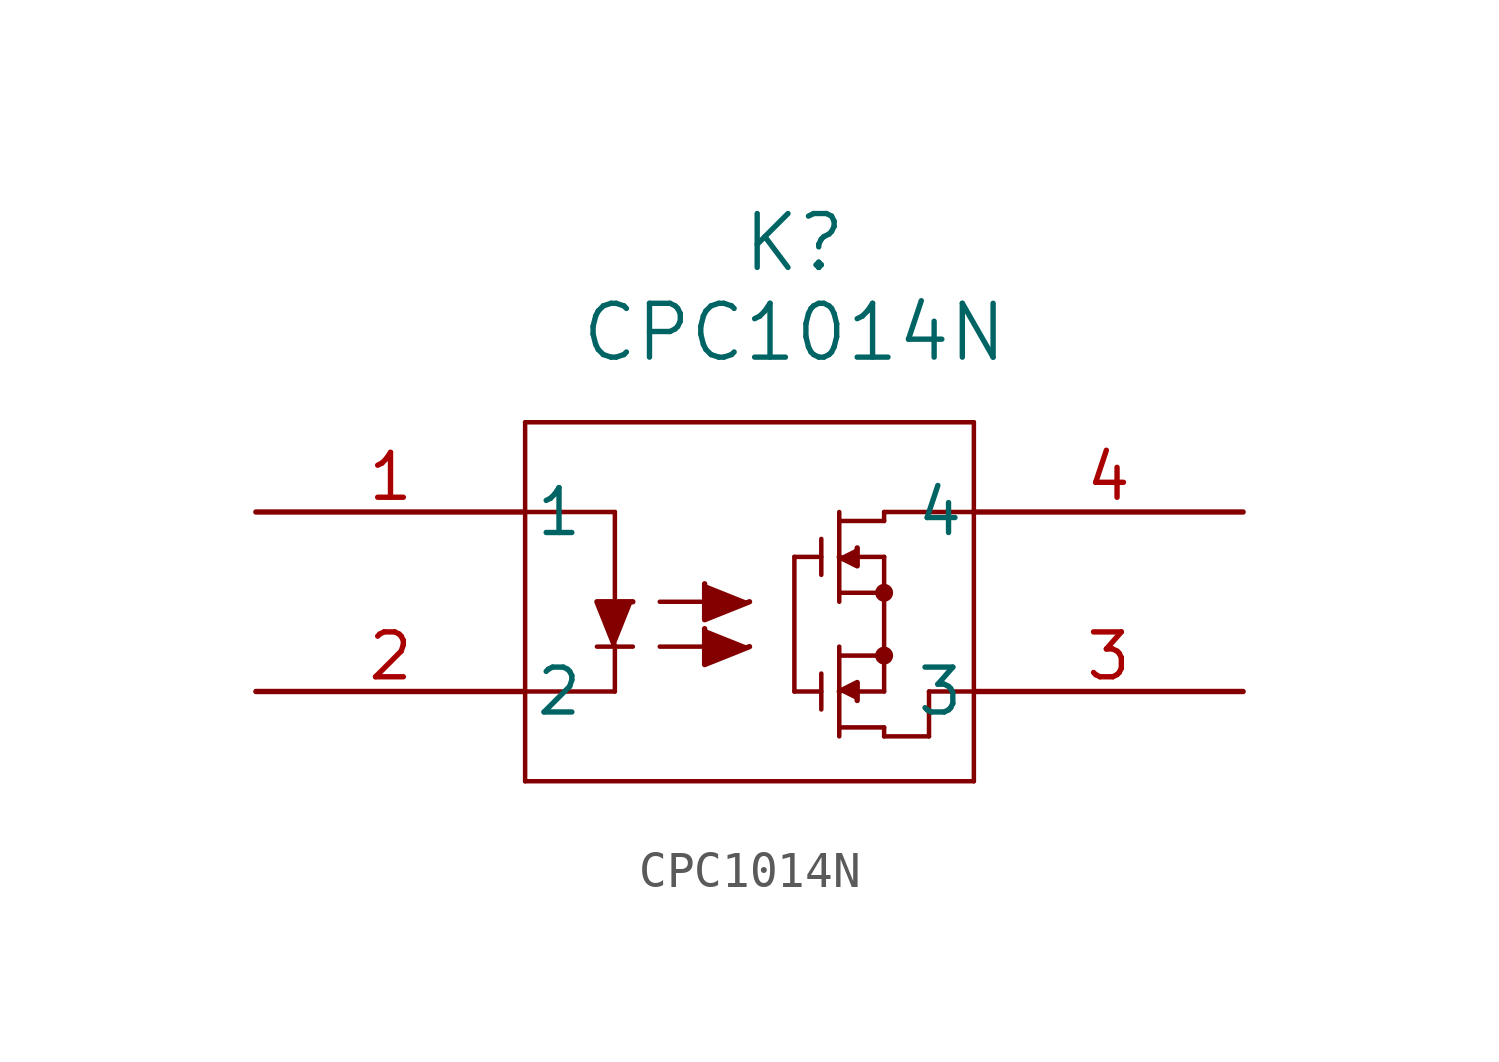
<source format=kicad_sym>
(kicad_symbol_lib
  (version 20211014)
  (generator kicad_symbol_editor)
  (symbol "CPC1014N"
    (pin_names
      (offset 0.254))
    (property "Reference" "K"
      (at 15.24 7.62 0)
      (effects (font (size 1.524 1.524))))
    (property "Value" "CPC1014N"
      (at 15.24 5.08 0)
      (effects (font (size 1.524 1.524))))
    (symbol "CPC1014N_0_1"
      (polyline (pts (xy 20.32 2.54) (xy 7.62 2.54)) (stroke (width 0.127) (type default) (color 0 0 0 0)) (fill (type none)))
      (polyline (pts (xy 15.24 -5.08) (xy 15.24 -1.27)) (stroke (width 0.127) (type default) (color 0 0 0 0)) (fill (type none)))
      (circle (center 17.78 -2.286) (radius 0.127) (stroke (width 0.254) (type default) (color 0 0 0 0)) (fill (type none)))
      (polyline (pts (xy 17.018 -5.08) (xy 17.78 -5.08)) (stroke (width 0.127) (type default) (color 0 0 0 0)) (fill (type none)))
      (polyline (pts (xy 7.62 2.54) (xy 7.62 -7.62)) (stroke (width 0.127) (type default) (color 0 0 0 0)) (fill (type none)))
      (polyline (pts (xy 11.43 -3.81) (xy 12.7 -3.81)) (stroke (width 0.127) (type default) (color 0 0 0 0)) (fill (type none)))
      (polyline (pts (xy 20.32 -7.62) (xy 20.32 2.54)) (stroke (width 0.127) (type default) (color 0 0 0 0)) (fill (type none)))
      (polyline (pts (xy 11.43 -2.54) (xy 12.7 -2.54)) (stroke (width 0.127) (type default) (color 0 0 0 0)) (fill (type none)))
      (polyline (pts (xy 16.51 -6.35) (xy 16.51 -3.81)) (stroke (width 0.127) (type default) (color 0 0 0 0)) (fill (type none)))
      (polyline (pts (xy 17.78 -6.096) (xy 17.78 -6.35)) (stroke (width 0.127) (type default) (color 0 0 0 0)) (fill (type none)))
      (polyline (pts (xy 17.78 -6.35) (xy 19.05 -6.35)) (stroke (width 0.127) (type default) (color 0 0 0 0)) (fill (type none)))
      (polyline (pts (xy 17.78 -0.254) (xy 17.78 0)) (stroke (width 0.127) (type default) (color 0 0 0 0)) (fill (type none)))
      (polyline (pts (xy 17.78 0) (xy 20.32 0)) (stroke (width 0.127) (type default) (color 0 0 0 0)) (fill (type none)))
      (polyline (pts (xy 15.24 -5.08) (xy 16.002 -5.08)) (stroke (width 0.127) (type default) (color 0 0 0 0)) (fill (type none)))
      (polyline (pts (xy 16.002 -5.588) (xy 16.002 -4.572)) (stroke (width 0.127) (type default) (color 0 0 0 0)) (fill (type none)))
      (circle (center 17.78 -4.064) (radius 0.127) (stroke (width 0.254) (type default) (color 0 0 0 0)) (fill (type none)))
      (polyline (pts (xy 10.16 0) (xy 10.16 -2.54)) (stroke (width 0.127) (type default) (color 0 0 0 0)) (fill (type none)))
      (polyline (pts (xy 17.78 -5.08) (xy 17.78 -1.27)) (stroke (width 0.127) (type default) (color 0 0 0 0)) (fill (type none)))
      (polyline (pts (xy 19.05 -5.08) (xy 19.05 -6.35)) (stroke (width 0.127) (type default) (color 0 0 0 0)) (fill (type none)))
      (polyline (pts (xy 16.51 -4.064) (xy 17.78 -4.064)) (stroke (width 0.127) (type default) (color 0 0 0 0)) (fill (type none)))
      (polyline (pts (xy 19.05 -5.08) (xy 20.32 -5.08)) (stroke (width 0.127) (type default) (color 0 0 0 0)) (fill (type none)))
      (polyline (pts (xy 16.51 -6.096) (xy 17.78 -6.096)) (stroke (width 0.127) (type default) (color 0 0 0 0)) (fill (type none)))
      (polyline (pts (xy 17.018 -1.27) (xy 17.78 -1.27)) (stroke (width 0.127) (type default) (color 0 0 0 0)) (fill (type none)))
      (polyline (pts (xy 16.51 0) (xy 16.51 -2.54)) (stroke (width 0.127) (type default) (color 0 0 0 0)) (fill (type none)))
      (polyline (pts (xy 15.24 -1.27) (xy 16.002 -1.27)) (stroke (width 0.127) (type default) (color 0 0 0 0)) (fill (type none)))
      (polyline (pts (xy 16.002 -0.762) (xy 16.002 -1.778)) (stroke (width 0.127) (type default) (color 0 0 0 0)) (fill (type none)))
      (polyline (pts (xy 16.51 -2.286) (xy 17.78 -2.286)) (stroke (width 0.127) (type default) (color 0 0 0 0)) (fill (type none)))
      (polyline (pts (xy 16.51 -0.254) (xy 17.78 -0.254)) (stroke (width 0.127) (type default) (color 0 0 0 0)) (fill (type none)))
      (polyline (pts (xy 20.32 -7.62) (xy 7.62 -7.62)) (stroke (width 0.127) (type default) (color 0 0 0 0)) (fill (type none)))
      (polyline (pts (xy 13.97 -2.54) (xy 12.7 -3.048) (xy 12.7 -2.032)) (stroke (width 0) (type default) (color 0 0 0 0)) (fill (type outline)))
      (polyline (pts (xy 13.97 -3.81) (xy 12.7 -4.318) (xy 12.7 -3.302)) (stroke (width 0) (type default) (color 0 0 0 0)) (fill (type outline)))
      (polyline (pts (xy 10.16 -5.08) (xy 10.16 -3.81)) (stroke (width 0.127) (type default) (color 0 0 0 0)) (fill (type none)))
      (polyline (pts (xy 16.51 -5.08) (xy 17.018 -4.826) (xy 17.018 -5.334)) (stroke (width 0) (type default) (color 0 0 0 0)) (fill (type outline)))
      (polyline (pts (xy 16.51 -1.27) (xy 17.018 -1.524) (xy 17.018 -1.016)) (stroke (width 0) (type default) (color 0 0 0 0)) (fill (type outline)))
      (polyline (pts (xy 7.62 0) (xy 10.16 0)) (stroke (width 0.127) (type default) (color 0 0 0 0)) (fill (type none)))
      (polyline (pts (xy 7.62 -5.08) (xy 10.16 -5.08)) (stroke (width 0.127) (type default) (color 0 0 0 0)) (fill (type none)))
      (polyline (pts (xy 10.16 -3.81) (xy 9.652 -2.54) (xy 10.668 -2.54)) (stroke (width 0) (type default) (color 0 0 0 0)) (fill (type outline)))
      (polyline (pts (xy 9.652 -3.81) (xy 10.668 -3.81)) (stroke (width 0.127) (type default) (color 0 0 0 0)) (fill (type none)))
      (pin unspecified line (at 0 0 0) (length 7.62) (name "1" (effects (font (size 1.27 1.27)))) (number "1" (effects (font (size 1.27 1.27)))))
      (pin unspecified line (at 0 -5.08 0) (length 7.62) (name "2" (effects (font (size 1.27 1.27)))) (number "2" (effects (font (size 1.27 1.27)))))
      (pin unspecified line (at 27.94 -5.08 180) (length 7.62) (name "3" (effects (font (size 1.27 1.27)))) (number "3" (effects (font (size 1.27 1.27)))))
      (pin unspecified line (at 27.94 0 180) (length 7.62) (name "4" (effects (font (size 1.27 1.27)))) (number "4" (effects (font (size 1.27 1.27))))))))
</source>
